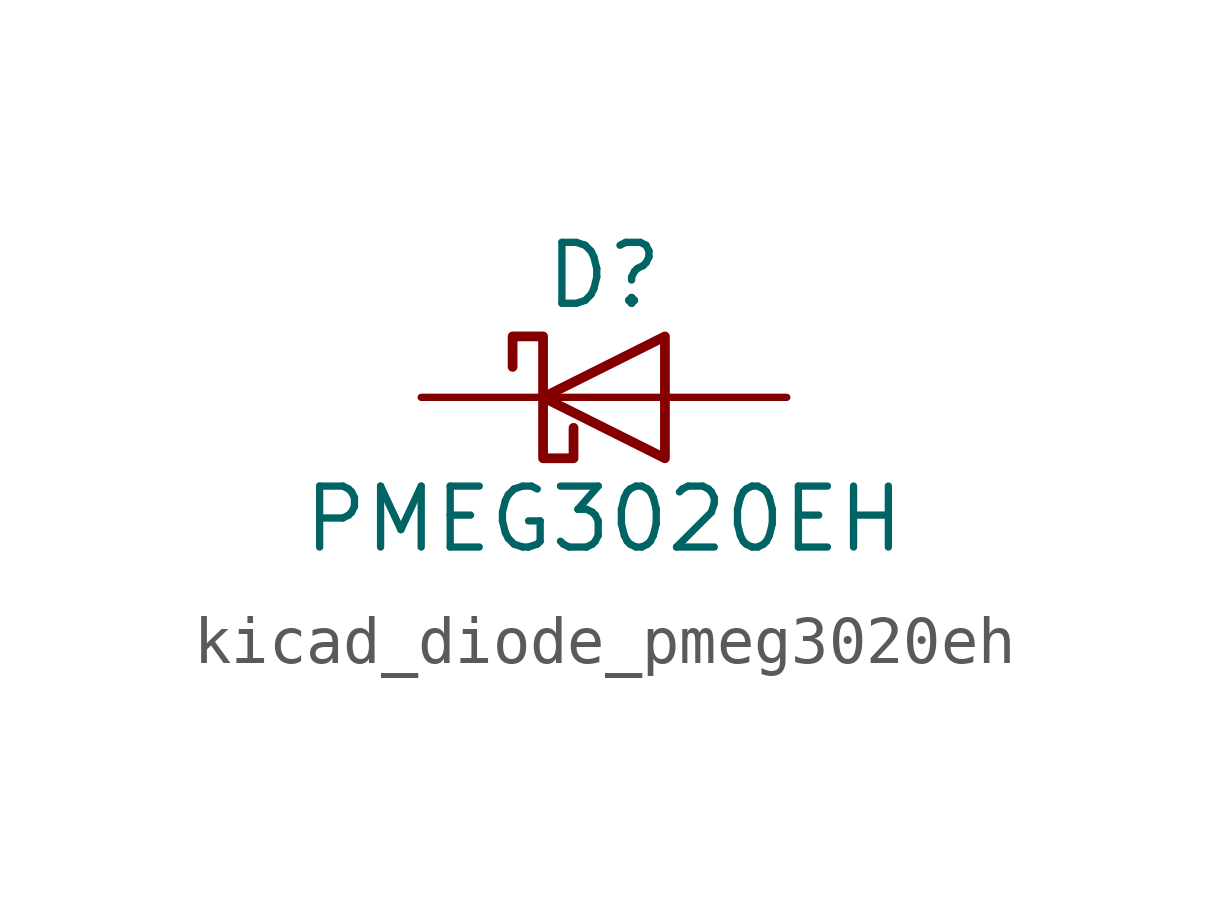
<source format=kicad_sym>
(kicad_symbol_lib
  (version 20220914)
  (generator kicad_symbol_editor)
  (symbol "kicad_diode_pmeg3020eh"
    (pin_numbers hide)
    (pin_names hide)
    (property "Reference" "D"
      (at 0 2.54 0)
      (effects (font (size 1.27 1.27))))
    (property "Value" "PMEG3020EH"
      (at 0 -2.54 0)
      (effects (font (size 1.27 1.27))))
    (symbol "kicad_diode_pmeg3020eh_0_1"
      (polyline (pts (xy 1.27 0) (xy -1.27 0)) (stroke (width 0) (type default)) (fill (type none)))
      (polyline (pts (xy 1.27 1.27) (xy 1.27 -1.27) (xy -1.27 0) (xy 1.27 1.27)) (stroke (width 0.203) (type default)) (fill (type none)))
      (polyline (pts (xy -1.905 0.635) (xy -1.905 1.27) (xy -1.27 1.27) (xy -1.27 -1.27) (xy -0.635 -1.27) (xy -0.635 -0.635)) (stroke (width 0.203) (type default)) (fill (type none))))
    (symbol "kicad_diode_pmeg3020eh_1_1"
      (pin passive line (at -3.81 0 0) (length 2.54) (name "K" (effects (font (size 1.27 1.27)))) (number "1" (effects (font (size 1.27 1.27)))))
      (pin passive line (at 3.81 0 180) (length 2.54) (name "A" (effects (font (size 1.27 1.27)))) (number "2" (effects (font (size 1.27 1.27))))))))
</source>
